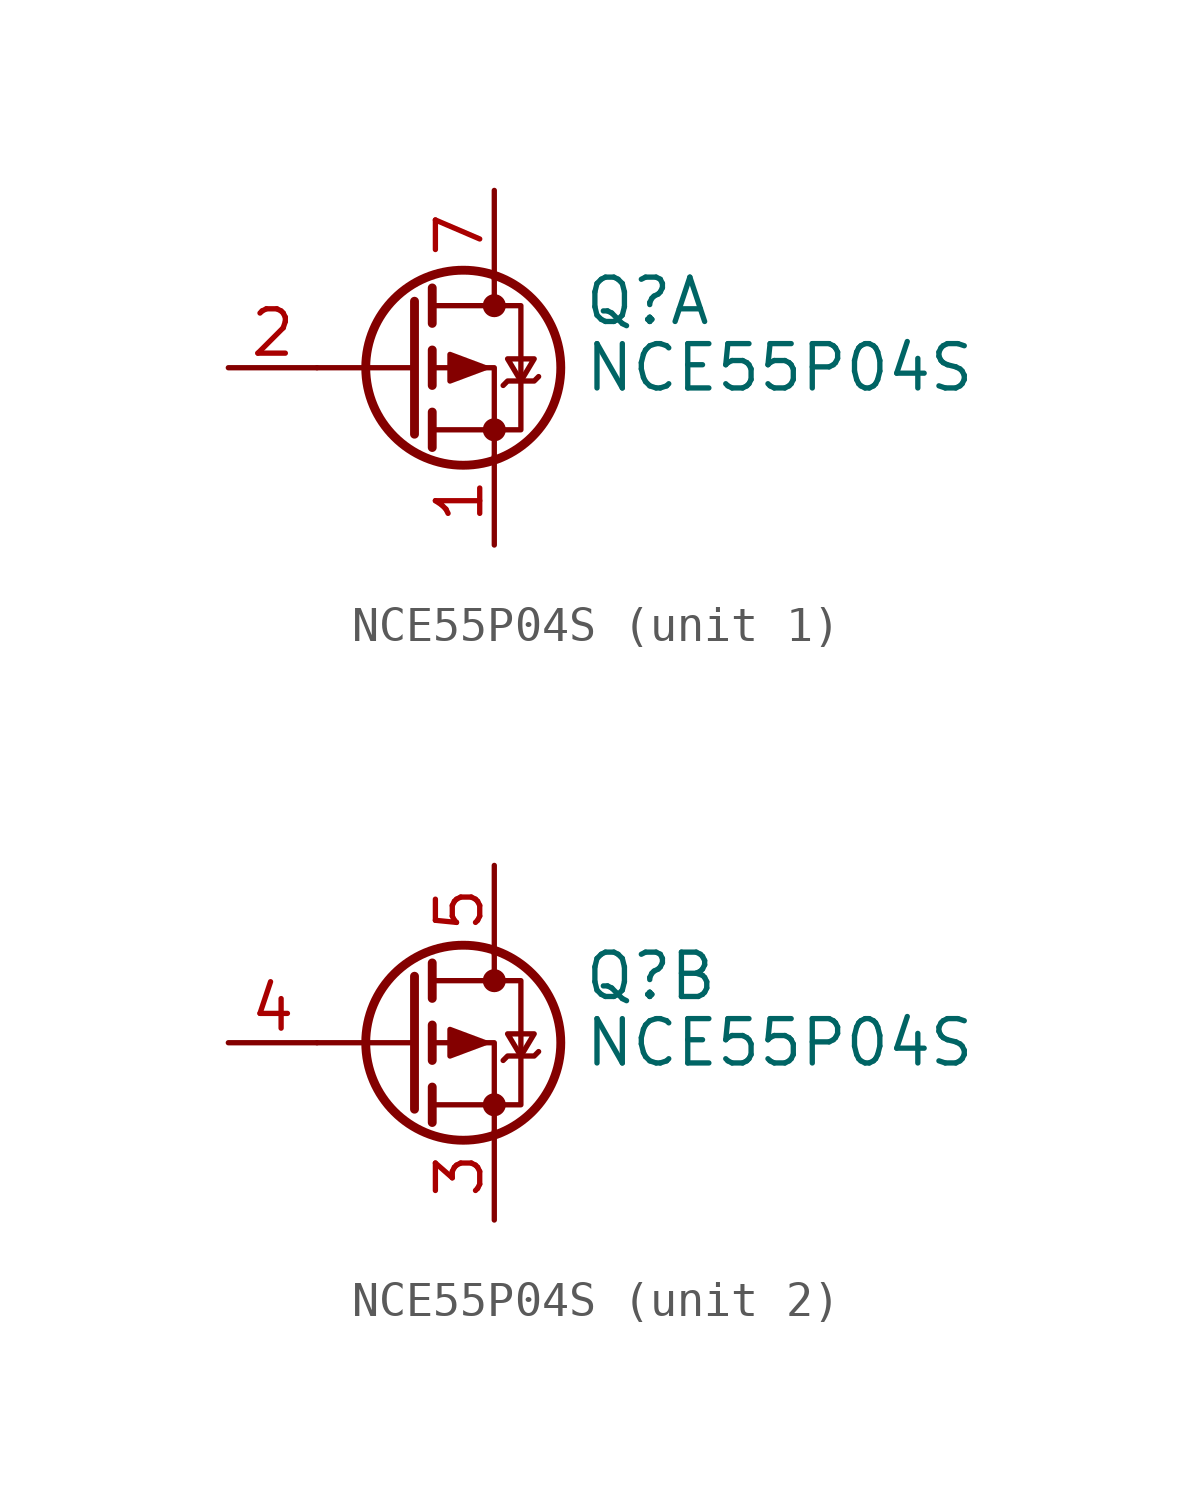
<source format=kicad_sym>
(kicad_symbol_lib
  (version 20231120)
  (generator "kicad_symbol_editor")
  (generator_version "8.0")
  (symbol "NCE55P04S"
    (pin_names hide)
    (property "Reference" "Q"
      (at 5.08 1.905 0)
      (effects (font (size 1.27 1.27)) (justify left)))
    (property "Value" "NCE55P04S"
      (at 5.08 0 0)
      (effects (font (size 1.27 1.27)) (justify left)))
    (symbol "NCE55P04S_0_1"
      (polyline (pts (xy 0.254 0) (xy -2.54 0)) (stroke (width 0) (type default)) (fill (type none)))
      (polyline (pts (xy 0.254 1.905) (xy 0.254 -1.905)) (stroke (width 0.254) (type default)) (fill (type none)))
      (polyline (pts (xy 0.762 -1.27) (xy 0.762 -2.286)) (stroke (width 0.254) (type default)) (fill (type none)))
      (polyline (pts (xy 0.762 0.508) (xy 0.762 -0.508)) (stroke (width 0.254) (type default)) (fill (type none)))
      (polyline (pts (xy 0.762 2.286) (xy 0.762 1.27)) (stroke (width 0.254) (type default)) (fill (type none)))
      (polyline (pts (xy 2.54 2.54) (xy 2.54 1.778)) (stroke (width 0) (type default)) (fill (type none)))
      (polyline (pts (xy 2.54 -2.54) (xy 2.54 0) (xy 0.762 0)) (stroke (width 0) (type default)) (fill (type none)))
      (polyline (pts (xy 0.762 1.778) (xy 3.302 1.778) (xy 3.302 -1.778) (xy 0.762 -1.778)) (stroke (width 0) (type default)) (fill (type none)))
      (polyline (pts (xy 2.286 0) (xy 1.27 0.381) (xy 1.27 -0.381) (xy 2.286 0)) (stroke (width 0) (type default)) (fill (type outline)))
      (polyline (pts (xy 2.794 -0.508) (xy 2.921 -0.381) (xy 3.683 -0.381) (xy 3.81 -0.254)) (stroke (width 0) (type default)) (fill (type none)))
      (polyline (pts (xy 3.302 -0.381) (xy 2.921 0.254) (xy 3.683 0.254) (xy 3.302 -0.381)) (stroke (width 0) (type default)) (fill (type none)))
      (circle (center 1.651 0) (radius 2.794) (stroke (width 0.254) (type default)) (fill (type none)))
      (circle (center 2.54 -1.778) (radius 0.254) (stroke (width 0) (type default)) (fill (type outline)))
      (circle (center 2.54 1.778) (radius 0.254) (stroke (width 0) (type default)) (fill (type outline))))
    (symbol "NCE55P04S_1_1"
      (pin passive line (at 2.54 -5.08 90) (length 2.54) (name "S1" (effects (font (size 1.27 1.27)))) (number "1" (effects (font (size 1.27 1.27)))))
      (pin input line (at -5.08 0 0) (length 2.54) (name "G1" (effects (font (size 1.27 1.27)))) (number "2" (effects (font (size 1.27 1.27)))))
      (pin passive line (at 2.54 5.08 270) (length 2.54) (name "D1" (effects (font (size 1.27 1.27)))) (number "7" (effects (font (size 1.27 1.27)))))
      (pin passive line (at 2.54 5.08 270) (length 2.54) hide (name "D1" (effects (font (size 1.27 1.27)))) (number "8" (effects (font (size 1.27 1.27))))))
    (symbol "NCE55P04S_2_1"
      (pin passive line (at 2.54 -5.08 90) (length 2.54) (name "S2" (effects (font (size 1.27 1.27)))) (number "3" (effects (font (size 1.27 1.27)))))
      (pin input line (at -5.08 0 0) (length 2.54) (name "G2" (effects (font (size 1.27 1.27)))) (number "4" (effects (font (size 1.27 1.27)))))
      (pin passive line (at 2.54 5.08 270) (length 2.54) (name "D2" (effects (font (size 1.27 1.27)))) (number "5" (effects (font (size 1.27 1.27)))))
      (pin passive line (at 2.54 5.08 270) (length 2.54) hide (name "D2" (effects (font (size 1.27 1.27)))) (number "6" (effects (font (size 1.27 1.27))))))))
</source>
